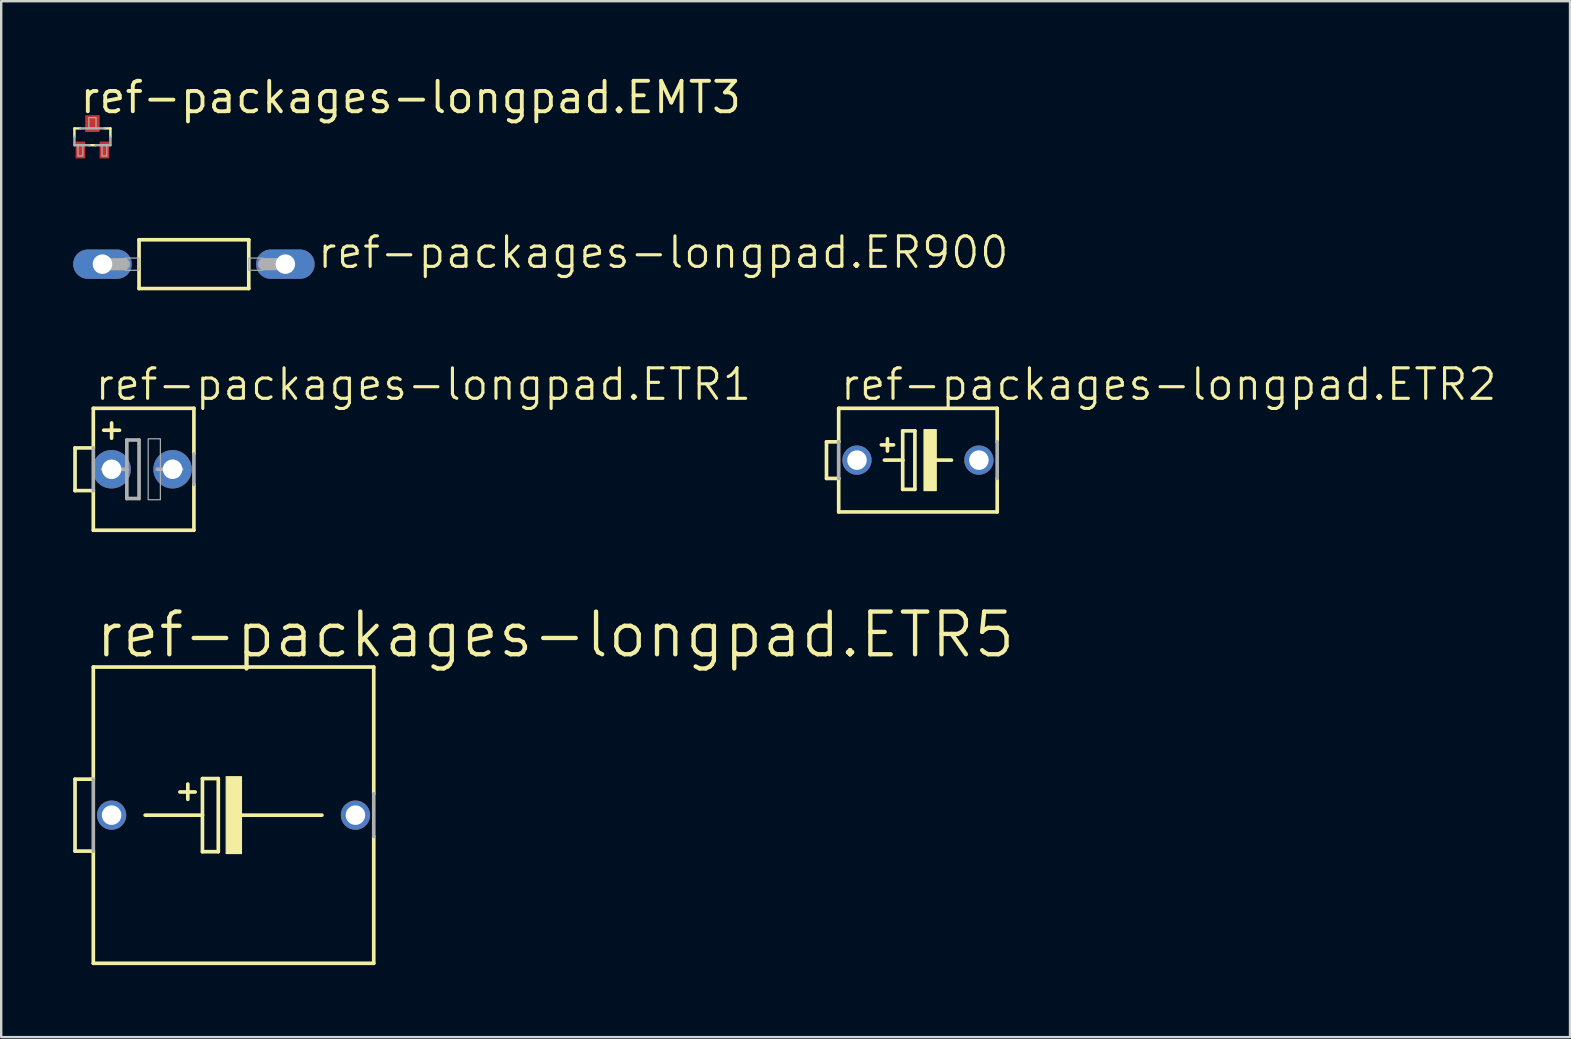
<source format=kicad_pcb>
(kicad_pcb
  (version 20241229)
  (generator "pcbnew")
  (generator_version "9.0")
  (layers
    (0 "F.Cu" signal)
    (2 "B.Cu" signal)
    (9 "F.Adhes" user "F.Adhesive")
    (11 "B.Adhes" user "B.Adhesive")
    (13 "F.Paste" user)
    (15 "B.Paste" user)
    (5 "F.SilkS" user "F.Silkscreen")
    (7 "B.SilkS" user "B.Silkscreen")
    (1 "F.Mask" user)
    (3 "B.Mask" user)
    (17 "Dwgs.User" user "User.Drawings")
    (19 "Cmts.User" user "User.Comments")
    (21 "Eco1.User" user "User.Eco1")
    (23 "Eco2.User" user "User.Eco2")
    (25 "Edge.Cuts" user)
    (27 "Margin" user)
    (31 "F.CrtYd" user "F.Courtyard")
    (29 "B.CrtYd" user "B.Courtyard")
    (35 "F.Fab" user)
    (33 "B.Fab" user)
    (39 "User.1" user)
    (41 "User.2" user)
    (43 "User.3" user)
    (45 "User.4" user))
  (footprint "ref-packages-longpad.EMT3"
    (layer "F.Cu")
    (at 0.801 2.65)
    (property "Reference" "ref-packages-longpad.EMT3" (at -0.6 -0.9 0) (layer "F.SilkS") (effects (font (size 1.27 1.27) (thickness 0.16)) (justify left bottom)))
    (attr smd)
    (fp_line (start -0.75 -0.35) (end -0.5 -0.35) (stroke (width 0.102) (type default)) (layer "F.SilkS"))
    (fp_line (start -0.75 0) (end -0.75 -0.35) (stroke (width 0.102) (type default)) (layer "F.SilkS"))
    (fp_line (start 0.125 0.35) (end -0.125 0.35) (stroke (width 0.102) (type default)) (layer "F.SilkS"))
    (fp_line (start 0.5 -0.35) (end 0.75 -0.35) (stroke (width 0.102) (type default)) (layer "F.SilkS"))
    (fp_line (start 0.75 -0.35) (end 0.75 0) (stroke (width 0.102) (type default)) (layer "F.SilkS"))
    (fp_line (start -0.75 0.35) (end -0.75 0) (stroke (width 0.102) (type default)) (layer "F.Fab"))
    (fp_line (start -0.5 -0.35) (end 0.5 -0.35) (stroke (width 0.102) (type default)) (layer "F.Fab"))
    (fp_line (start -0.125 0.35) (end -0.75 0.35) (stroke (width 0.102) (type default)) (layer "F.Fab"))
    (fp_line (start 0.75 0) (end 0.75 0.35) (stroke (width 0.102) (type default)) (layer "F.Fab"))
    (fp_line (start 0.75 0.35) (end 0.125 0.35) (stroke (width 0.102) (type default)) (layer "F.Fab"))
    (fp_rect (start -0.6 0.8) (end -0.4 0.35) (stroke (width 0.05) (type default)) (fill no) (layer "F.Fab"))
    (fp_rect (start -0.15 -0.35) (end 0.15 -0.8) (stroke (width 0.05) (type default)) (fill no) (layer "F.Fab"))
    (fp_rect (start 0.4 0.8) (end 0.6 0.35) (stroke (width 0.05) (type default)) (fill no) (layer "F.Fab"))
    (pad "B" smd roundrect (at -0.5 0.55) (size 0.4 0.7) (layers "F.Cu" "F.Mask" "F.Paste") (roundrect_rratio 0.01))
    (pad "C" smd roundrect (at 0 -0.55) (size 0.6 0.7) (layers "F.Cu" "F.Mask" "F.Paste") (roundrect_rratio 0.01))
    (pad "E" smd roundrect (at 0.5 0.55) (size 0.4 0.7) (layers "F.Cu" "F.Mask" "F.Paste") (roundrect_rratio 0.01)))
  (footprint "ref-packages-longpad.ER900"
    (layer "F.Cu")
    (at 5.029 7.956)
    (property "Reference" "ref-packages-longpad.ER900" (at 5.08 0.254 0) (layer "F.SilkS") (effects (font (size 1.27 1.27) (thickness 0.13)) (justify left bottom)))
    (attr through_hole)
    (fp_line (start -2.286 -1.016) (end -2.286 1.016) (stroke (width 0.152) (type default)) (layer "F.SilkS"))
    (fp_line (start -2.286 1.016) (end 2.286 1.016) (stroke (width 0.152) (type default)) (layer "F.SilkS"))
    (fp_line (start 2.286 -1.016) (end -2.286 -1.016) (stroke (width 0.152) (type default)) (layer "F.SilkS"))
    (fp_line (start 2.286 1.016) (end 2.286 -1.016) (stroke (width 0.152) (type default)) (layer "F.SilkS"))
    (fp_line (start -3.81 0) (end -2.921 0) (stroke (width 0.508) (type default)) (layer "F.Fab"))
    (fp_line (start 3.81 0) (end 2.921 0) (stroke (width 0.508) (type default)) (layer "F.Fab"))
    (fp_rect (start -2.87 0.254) (end -2.286 -0.254) (stroke (width 0.05) (type default)) (fill no) (layer "F.Fab"))
    (fp_rect (start 2.286 0.254) (end 2.87 -0.254) (stroke (width 0.05) (type default)) (fill no) (layer "F.Fab"))
    (pad "1" thru_hole oval (at -3.81 0) (size 2.438 1.219) (drill 0.813) (layers "*.Cu" "*.Mask"))
    (pad "2" thru_hole oval (at 3.81 0) (size 2.438 1.219) (drill 0.813) (layers "*.Cu" "*.Mask")))
  (footprint "ref-packages-longpad.ETR1"
    (layer "F.Cu")
    (at 2.87 16.502)
    (property "Reference" "ref-packages-longpad.ETR1" (at -2.032 -2.794 0) (layer "F.SilkS") (effects (font (size 1.27 1.27) (thickness 0.13)) (justify left bottom)))
    (attr through_hole)
    (fp_line (start -2.794 -0.889) (end -2.794 0.889) (stroke (width 0.152) (type default)) (layer "F.SilkS"))
    (fp_line (start -2.794 0.889) (end -2.032 0.889) (stroke (width 0.152) (type default)) (layer "F.SilkS"))
    (fp_line (start -2.032 -0.889) (end -2.794 -0.889) (stroke (width 0.152) (type default)) (layer "F.SilkS"))
    (fp_line (start -2.032 -0.889) (end -2.032 -2.54) (stroke (width 0.152) (type default)) (layer "F.SilkS"))
    (fp_line (start -2.032 2.54) (end -2.032 0.889) (stroke (width 0.152) (type default)) (layer "F.SilkS"))
    (fp_line (start -2.032 2.54) (end 2.159 2.54) (stroke (width 0.152) (type default)) (layer "F.SilkS"))
    (fp_line (start -1.27 -1.93) (end -1.27 -1.295) (stroke (width 0.152) (type default)) (layer "F.SilkS"))
    (fp_line (start -0.94 -1.626) (end -1.6 -1.626) (stroke (width 0.152) (type default)) (layer "F.SilkS"))
    (fp_line (start 2.159 -2.54) (end -2.032 -2.54) (stroke (width 0.152) (type default)) (layer "F.SilkS"))
    (fp_line (start 2.159 -2.54) (end 2.159 -0.635) (stroke (width 0.152) (type default)) (layer "F.SilkS"))
    (fp_line (start 2.159 0.635) (end 2.159 2.54) (stroke (width 0.152) (type default)) (layer "F.SilkS"))
    (fp_line (start -2.032 0.889) (end -2.032 -0.889) (stroke (width 0.152) (type default)) (layer "F.Fab"))
    (fp_line (start -1.651 0) (end -0.635 0) (stroke (width 0.152) (type default)) (layer "F.Fab"))
    (fp_line (start -0.635 -1.219) (end -0.635 0) (stroke (width 0.152) (type default)) (layer "F.Fab"))
    (fp_line (start -0.635 0) (end -0.635 1.219) (stroke (width 0.152) (type default)) (layer "F.Fab"))
    (fp_line (start -0.635 1.219) (end -0.127 1.219) (stroke (width 0.152) (type default)) (layer "F.Fab"))
    (fp_line (start -0.127 -1.219) (end -0.635 -1.219) (stroke (width 0.152) (type default)) (layer "F.Fab"))
    (fp_line (start -0.127 1.219) (end -0.127 -1.219) (stroke (width 0.152) (type default)) (layer "F.Fab"))
    (fp_line (start 0.635 0) (end 1.651 0) (stroke (width 0.152) (type default)) (layer "F.Fab"))
    (fp_line (start 2.159 -0.635) (end 2.159 0.635) (stroke (width 0.152) (type default)) (layer "F.Fab"))
    (fp_rect (start 0.254 1.27) (end 0.762 -1.27) (stroke (width 0.05) (type default)) (fill no) (layer "F.Fab"))
    (pad "+" thru_hole circle (at -1.27 0) (size 1.6 1.6) (drill 0.813) (layers "*.Cu" "*.Mask"))
    (pad "-" thru_hole circle (at 1.27 0) (size 1.6 1.6) (drill 0.813) (layers "*.Cu" "*.Mask")))
  (footprint "ref-packages-longpad.ETR5"
    (layer "F.Cu")
    (at 6.68 30.913)
    (property "Reference" "ref-packages-longpad.ETR5" (at -5.842 -6.477 0) (layer "F.SilkS") (effects (font (size 1.778 1.778) (thickness 0.18)) (justify left bottom)))
    (attr through_hole)
    (fp_line (start -6.604 -1.499) (end -6.604 1.499) (stroke (width 0.152) (type default)) (layer "F.SilkS"))
    (fp_line (start -6.604 1.499) (end -5.842 1.499) (stroke (width 0.152) (type default)) (layer "F.SilkS"))
    (fp_line (start -5.842 -1.499) (end -6.604 -1.499) (stroke (width 0.152) (type default)) (layer "F.SilkS"))
    (fp_line (start -5.842 -1.499) (end -5.842 -6.172) (stroke (width 0.152) (type default)) (layer "F.SilkS"))
    (fp_line (start -5.842 6.172) (end -5.842 1.499) (stroke (width 0.152) (type default)) (layer "F.SilkS"))
    (fp_line (start -5.842 6.172) (end 5.842 6.172) (stroke (width 0.152) (type default)) (layer "F.SilkS"))
    (fp_line (start -3.683 0) (end -1.295 0) (stroke (width 0.152) (type default)) (layer "F.SilkS"))
    (fp_line (start -1.905 -1.295) (end -1.905 -0.66) (stroke (width 0.152) (type default)) (layer "F.SilkS"))
    (fp_line (start -1.6 -0.965) (end -2.235 -0.965) (stroke (width 0.152) (type default)) (layer "F.SilkS"))
    (fp_line (start -1.295 -1.524) (end -0.635 -1.524) (stroke (width 0.152) (type default)) (layer "F.SilkS"))
    (fp_line (start -1.295 0) (end -1.295 -1.524) (stroke (width 0.152) (type default)) (layer "F.SilkS"))
    (fp_line (start -1.295 1.524) (end -1.295 0) (stroke (width 0.152) (type default)) (layer "F.SilkS"))
    (fp_line (start -0.635 -1.524) (end -0.635 1.524) (stroke (width 0.152) (type default)) (layer "F.SilkS"))
    (fp_line (start -0.635 1.524) (end -1.295 1.524) (stroke (width 0.152) (type default)) (layer "F.SilkS"))
    (fp_line (start 0 0) (end 3.683 0) (stroke (width 0.152) (type default)) (layer "F.SilkS"))
    (fp_line (start 5.842 -6.172) (end -5.842 -6.172) (stroke (width 0.152) (type default)) (layer "F.SilkS"))
    (fp_line (start 5.842 -0.889) (end 5.842 -6.172) (stroke (width 0.152) (type default)) (layer "F.SilkS"))
    (fp_line (start 5.842 6.172) (end 5.842 0.889) (stroke (width 0.152) (type default)) (layer "F.SilkS"))
    (fp_rect (start -0.305 1.6) (end 0.33 -1.6) (stroke (width 0.05) (type default)) (fill yes) (layer "F.SilkS"))
    (fp_line (start -5.842 1.499) (end -5.842 -1.499) (stroke (width 0.152) (type default)) (layer "F.Fab"))
    (fp_line (start 5.842 -0.889) (end 5.842 0.889) (stroke (width 0.152) (type default)) (layer "F.Fab"))
    (pad "+" thru_hole circle (at -5.08 0) (size 1.219 1.219) (drill 0.813) (layers "*.Cu" "*.Mask"))
    (pad "-" thru_hole circle (at 5.08 0) (size 1.219 1.219) (drill 0.813) (layers "*.Cu" "*.Mask")))
  (footprint "ref-packages-longpad.ETR2"
    (layer "F.Cu")
    (at 35.196 16.121)
    (property "Reference" "ref-packages-longpad.ETR2" (at -3.302 -2.413 0) (layer "F.SilkS") (effects (font (size 1.27 1.27) (thickness 0.13)) (justify left bottom)))
    (attr through_hole)
    (fp_line (start -3.81 -0.762) (end -3.81 0.762) (stroke (width 0.152) (type default)) (layer "F.SilkS"))
    (fp_line (start -3.81 0.762) (end -3.302 0.762) (stroke (width 0.152) (type default)) (layer "F.SilkS"))
    (fp_line (start -3.302 -0.762) (end -3.81 -0.762) (stroke (width 0.152) (type default)) (layer "F.SilkS"))
    (fp_line (start -3.302 -0.762) (end -3.302 -2.159) (stroke (width 0.152) (type default)) (layer "F.SilkS"))
    (fp_line (start -3.302 2.159) (end -3.302 0.762) (stroke (width 0.152) (type default)) (layer "F.SilkS"))
    (fp_line (start -3.302 2.159) (end 3.302 2.159) (stroke (width 0.152) (type default)) (layer "F.SilkS"))
    (fp_line (start -1.524 -0.635) (end -1.016 -0.635) (stroke (width 0.152) (type default)) (layer "F.SilkS"))
    (fp_line (start -1.397 0) (end -0.635 0) (stroke (width 0.152) (type default)) (layer "F.SilkS"))
    (fp_line (start -1.27 -0.889) (end -1.27 -0.381) (stroke (width 0.152) (type default)) (layer "F.SilkS"))
    (fp_line (start -0.635 -1.219) (end -0.635 0) (stroke (width 0.152) (type default)) (layer "F.SilkS"))
    (fp_line (start -0.635 0) (end -0.635 1.219) (stroke (width 0.152) (type default)) (layer "F.SilkS"))
    (fp_line (start -0.635 1.219) (end -0.127 1.219) (stroke (width 0.152) (type default)) (layer "F.SilkS"))
    (fp_line (start -0.127 -1.219) (end -0.635 -1.219) (stroke (width 0.152) (type default)) (layer "F.SilkS"))
    (fp_line (start -0.127 1.219) (end -0.127 -1.219) (stroke (width 0.152) (type default)) (layer "F.SilkS"))
    (fp_line (start 0.635 0) (end 1.397 0) (stroke (width 0.152) (type default)) (layer "F.SilkS"))
    (fp_line (start 3.302 -2.159) (end -3.302 -2.159) (stroke (width 0.152) (type default)) (layer "F.SilkS"))
    (fp_line (start 3.302 -0.762) (end 3.302 -2.159) (stroke (width 0.152) (type default)) (layer "F.SilkS"))
    (fp_line (start 3.302 2.159) (end 3.302 0.762) (stroke (width 0.152) (type default)) (layer "F.SilkS"))
    (fp_rect (start 0.254 1.27) (end 0.762 -1.27) (stroke (width 0.05) (type default)) (fill yes) (layer "F.SilkS"))
    (fp_line (start -3.302 0.762) (end -3.302 -0.762) (stroke (width 0.152) (type default)) (layer "F.Fab"))
    (fp_line (start 3.302 -0.762) (end 3.302 0.762) (stroke (width 0.152) (type default)) (layer "F.Fab"))
    (pad "+" thru_hole circle (at -2.54 0) (size 1.219 1.219) (drill 0.813) (layers "*.Cu" "*.Mask"))
    (pad "-" thru_hole circle (at 2.54 0) (size 1.219 1.219) (drill 0.813) (layers "*.Cu" "*.Mask")))
  (gr_rect
    (start -3 -3)
    (end 62.365 40.162)
    (stroke (width 0.1) (type default))
    (fill no)
    (layer "Edge.Cuts")))
</source>
